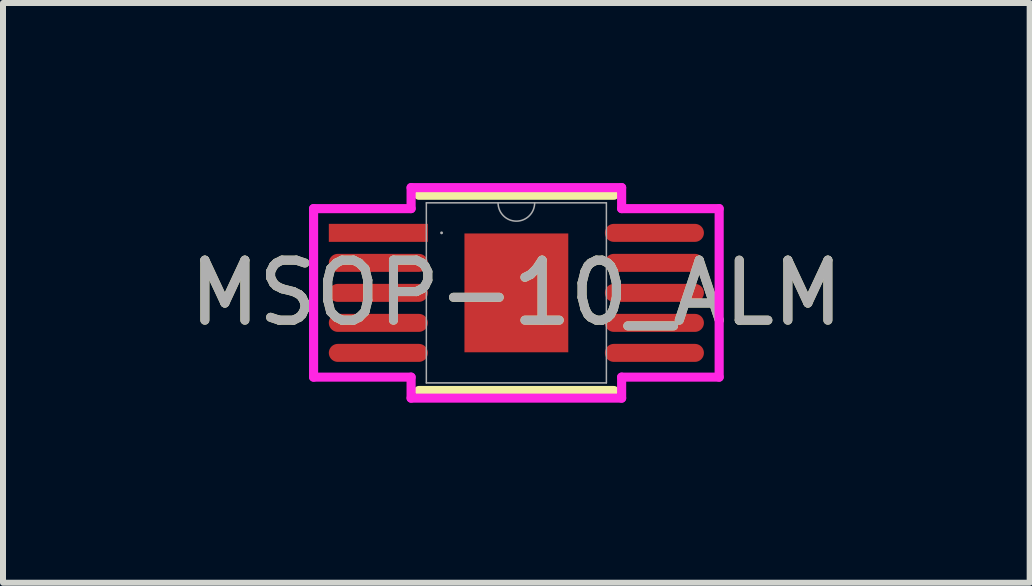
<source format=kicad_pcb>
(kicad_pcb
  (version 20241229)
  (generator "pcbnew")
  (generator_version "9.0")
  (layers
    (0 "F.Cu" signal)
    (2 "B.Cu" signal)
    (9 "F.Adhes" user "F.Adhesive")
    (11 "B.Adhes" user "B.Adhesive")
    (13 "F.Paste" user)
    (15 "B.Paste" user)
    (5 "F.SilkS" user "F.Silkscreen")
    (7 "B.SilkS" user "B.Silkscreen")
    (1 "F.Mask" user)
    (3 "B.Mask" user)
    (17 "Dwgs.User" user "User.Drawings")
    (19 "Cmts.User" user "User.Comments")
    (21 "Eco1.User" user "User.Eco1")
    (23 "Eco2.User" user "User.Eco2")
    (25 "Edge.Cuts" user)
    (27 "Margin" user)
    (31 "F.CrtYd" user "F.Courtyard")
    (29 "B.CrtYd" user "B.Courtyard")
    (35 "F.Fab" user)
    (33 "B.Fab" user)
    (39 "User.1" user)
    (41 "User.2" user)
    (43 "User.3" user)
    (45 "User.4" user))
  (footprint "MSOP-10_ALM"
    (layer "F.Cu")
    (at 5.554 1.83)
    (property "Reference" "MSOP-10_ALM" (at 0 0 0) (unlocked yes) (layer "F.SilkS") (effects (font (size 1 1) (thickness 0.15))))
    (attr smd)
    (fp_line (start -1.627 1.627) (end 1.627 1.627) (stroke (width 0.152) (type solid)) (layer "F.SilkS"))
    (fp_line (start 1.627 -1.627) (end -1.627 -1.627) (stroke (width 0.152) (type solid)) (layer "F.SilkS"))
    (fp_line (start -3.379 -1.404) (end -1.754 -1.404) (stroke (width 0.152) (type solid)) (layer "F.CrtYd"))
    (fp_line (start -3.379 1.404) (end -3.379 -1.404) (stroke (width 0.152) (type solid)) (layer "F.CrtYd"))
    (fp_line (start -3.379 1.404) (end -1.754 1.404) (stroke (width 0.152) (type solid)) (layer "F.CrtYd"))
    (fp_line (start -1.754 -1.754) (end 1.754 -1.754) (stroke (width 0.152) (type solid)) (layer "F.CrtYd"))
    (fp_line (start -1.754 -1.404) (end -1.754 -1.754) (stroke (width 0.152) (type solid)) (layer "F.CrtYd"))
    (fp_line (start -1.754 1.754) (end -1.754 1.404) (stroke (width 0.152) (type solid)) (layer "F.CrtYd"))
    (fp_line (start 1.754 -1.754) (end 1.754 -1.404) (stroke (width 0.152) (type solid)) (layer "F.CrtYd"))
    (fp_line (start 1.754 1.404) (end 1.754 1.754) (stroke (width 0.152) (type solid)) (layer "F.CrtYd"))
    (fp_line (start 1.754 1.754) (end -1.754 1.754) (stroke (width 0.152) (type solid)) (layer "F.CrtYd"))
    (fp_line (start 3.379 -1.404) (end 1.754 -1.404) (stroke (width 0.152) (type solid)) (layer "F.CrtYd"))
    (fp_line (start 3.379 -1.404) (end 3.379 1.404) (stroke (width 0.152) (type solid)) (layer "F.CrtYd"))
    (fp_line (start 3.379 1.404) (end 1.754 1.404) (stroke (width 0.152) (type solid)) (layer "F.CrtYd"))
    (fp_line (start -1.5 -1.5) (end -1.5 1.5) (stroke (width 0.025) (type solid)) (layer "F.Fab"))
    (fp_line (start -1.5 1.5) (end 1.5 1.5) (stroke (width 0.025) (type solid)) (layer "F.Fab"))
    (fp_line (start 1.5 -1.5) (end -1.5 -1.5) (stroke (width 0.025) (type solid)) (layer "F.Fab"))
    (fp_line (start 1.5 1.5) (end 1.5 -1.5) (stroke (width 0.025) (type solid)) (layer "F.Fab"))
    (fp_arc (start 0.3048 -1.5) (mid 0 -1.1952) (end -0.3048 -1.5) (stroke (width 0.0254) (type solid)) (layer "F.Fab"))
    (fp_circle (center -1.246 -1) (end -1.246 -1) (stroke (width 0.025) (type solid)) (fill no) (layer "F.Fab"))
    (fp_text user "${REFERENCE}" (at 0 0 0) (unlocked yes) (layer "F.Fab") (effects (font (size 1 1) (thickness 0.15))))
    (pad "1" smd rect (at -2.3 -1) (size 1.65 0.3) (layers "F.Cu" "F.Mask" "F.Paste"))
    (pad "2" smd oval (at -2.3 -0.5) (size 1.65 0.3) (layers "F.Cu" "F.Mask" "F.Paste"))
    (pad "3" smd oval (at -2.3 0) (size 1.65 0.3) (layers "F.Cu" "F.Mask" "F.Paste"))
    (pad "4" smd oval (at -2.3 0.5) (size 1.65 0.3) (layers "F.Cu" "F.Mask" "F.Paste"))
    (pad "5" smd oval (at -2.3 1) (size 1.65 0.3) (layers "F.Cu" "F.Mask" "F.Paste"))
    (pad "6" smd oval (at 2.3 1) (size 1.65 0.3) (layers "F.Cu" "F.Mask" "F.Paste"))
    (pad "7" smd oval (at 2.3 0.5) (size 1.65 0.3) (layers "F.Cu" "F.Mask" "F.Paste"))
    (pad "8" smd oval (at 2.3 0) (size 1.65 0.3) (layers "F.Cu" "F.Mask" "F.Paste"))
    (pad "9" smd oval (at 2.3 -0.5) (size 1.65 0.3) (layers "F.Cu" "F.Mask" "F.Paste"))
    (pad "10" smd oval (at 2.3 -1) (size 1.65 0.3) (layers "F.Cu" "F.Mask" "F.Paste"))
    (pad "11" smd rect (at 0 0) (size 1.73 1.98) (layers "F.Cu" "F.Mask" "F.Paste")))
  (gr_rect
    (start -3 -3)
    (end 14.107 6.66)
    (stroke (width 0.1) (type default))
    (fill no)
    (layer "Edge.Cuts")))
</source>
